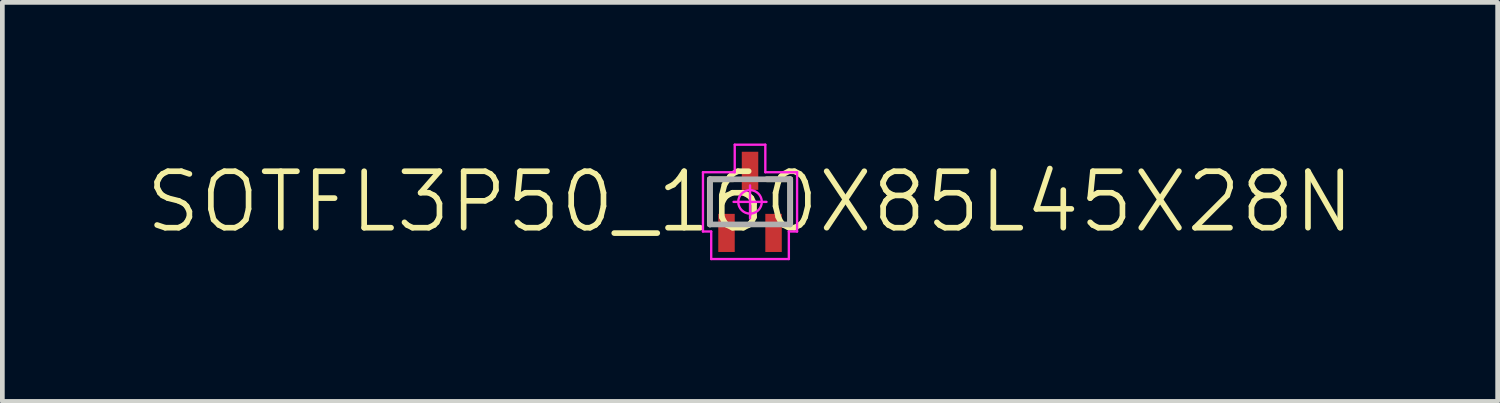
<source format=kicad_pcb>
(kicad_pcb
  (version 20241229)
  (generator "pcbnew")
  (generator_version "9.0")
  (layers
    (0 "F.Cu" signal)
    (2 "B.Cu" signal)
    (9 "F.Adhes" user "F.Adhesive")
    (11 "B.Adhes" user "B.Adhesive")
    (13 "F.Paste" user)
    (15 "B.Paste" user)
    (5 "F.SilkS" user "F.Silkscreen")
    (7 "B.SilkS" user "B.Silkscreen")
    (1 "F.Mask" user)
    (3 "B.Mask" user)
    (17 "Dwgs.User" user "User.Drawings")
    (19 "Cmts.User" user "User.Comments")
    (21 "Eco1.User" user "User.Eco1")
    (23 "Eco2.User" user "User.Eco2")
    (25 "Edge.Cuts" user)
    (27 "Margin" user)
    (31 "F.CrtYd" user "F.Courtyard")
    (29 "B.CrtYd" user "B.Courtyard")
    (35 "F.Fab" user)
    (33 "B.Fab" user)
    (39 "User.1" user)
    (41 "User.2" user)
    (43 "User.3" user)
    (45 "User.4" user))
  (footprint "SOTFL3P50_160X85L45X28N"
    (layer "F.Cu")
    (at 12.889 1.24)
    (property "Reference" "SOTFL3P50_160X85L45X28N" (at 0 0 0) (layer "F.SilkS") (effects (font (size 1.2 1.2) (thickness 0.12))))
    (attr smd)
    (fp_line (start -0.855 -0.48) (end -0.355 -0.48) (stroke (width 0.12) (type solid)) (layer "F.SilkS"))
    (fp_line (start -0.855 0.48) (end -0.855 -0.48) (stroke (width 0.12) (type solid)) (layer "F.SilkS"))
    (fp_line (start 0.855 -0.48) (end 0.355 -0.48) (stroke (width 0.12) (type solid)) (layer "F.SilkS"))
    (fp_line (start 0.855 0.48) (end 0.855 -0.48) (stroke (width 0.12) (type solid)) (layer "F.SilkS"))
    (fp_line (start -1 -0.63) (end -1 0.63) (stroke (width 0.05) (type solid)) (layer "F.CrtYd"))
    (fp_line (start -1 0.63) (end -0.825 0.63) (stroke (width 0.05) (type solid)) (layer "F.CrtYd"))
    (fp_line (start -0.825 0.63) (end -0.825 1.215) (stroke (width 0.05) (type solid)) (layer "F.CrtYd"))
    (fp_line (start -0.825 1.215) (end 0.825 1.215) (stroke (width 0.05) (type solid)) (layer "F.CrtYd"))
    (fp_line (start -0.35 0) (end 0.35 0) (stroke (width 0.05) (type solid)) (layer "F.CrtYd"))
    (fp_line (start -0.325 -1.215) (end -0.325 -0.63) (stroke (width 0.05) (type solid)) (layer "F.CrtYd"))
    (fp_line (start -0.325 -0.63) (end -1 -0.63) (stroke (width 0.05) (type solid)) (layer "F.CrtYd"))
    (fp_line (start 0 -0.35) (end 0 0.35) (stroke (width 0.05) (type solid)) (layer "F.CrtYd"))
    (fp_line (start 0.325 -1.215) (end -0.325 -1.215) (stroke (width 0.05) (type solid)) (layer "F.CrtYd"))
    (fp_line (start 0.325 -0.63) (end 0.325 -1.215) (stroke (width 0.05) (type solid)) (layer "F.CrtYd"))
    (fp_line (start 0.825 0.63) (end 1 0.63) (stroke (width 0.05) (type solid)) (layer "F.CrtYd"))
    (fp_line (start 0.825 1.215) (end 0.825 0.63) (stroke (width 0.05) (type solid)) (layer "F.CrtYd"))
    (fp_line (start 1 -0.63) (end 0.325 -0.63) (stroke (width 0.05) (type solid)) (layer "F.CrtYd"))
    (fp_line (start 1 0.63) (end 1 -0.63) (stroke (width 0.05) (type solid)) (layer "F.CrtYd"))
    (fp_circle (center 0 0) (end 0 0.25) (stroke (width 0.05) (type solid)) (fill no) (layer "F.CrtYd"))
    (fp_line (start -0.85 -0.48) (end 0.85 -0.48) (stroke (width 0.12) (type solid)) (layer "F.Fab"))
    (fp_line (start -0.85 0.48) (end -0.85 -0.48) (stroke (width 0.12) (type solid)) (layer "F.Fab"))
    (fp_line (start 0.85 -0.48) (end 0.85 0.48) (stroke (width 0.12) (type solid)) (layer "F.Fab"))
    (fp_line (start 0.85 0.48) (end -0.85 0.48) (stroke (width 0.12) (type solid)) (layer "F.Fab"))
    (pad "1" smd rect (at -0.5 0.66 90) (size 0.81 0.35) (layers "F.Cu" "F.Mask" "F.Paste"))
    (pad "2" smd rect (at 0.5 0.66 90) (size 0.81 0.35) (layers "F.Cu" "F.Mask" "F.Paste"))
    (pad "3" smd rect (at 0 -0.66 90) (size 0.81 0.35) (layers "F.Cu" "F.Mask" "F.Paste")))
  (gr_rect
    (start -3 -3)
    (end 28.777 5.48)
    (stroke (width 0.1) (type default))
    (fill no)
    (layer "Edge.Cuts")))
</source>
